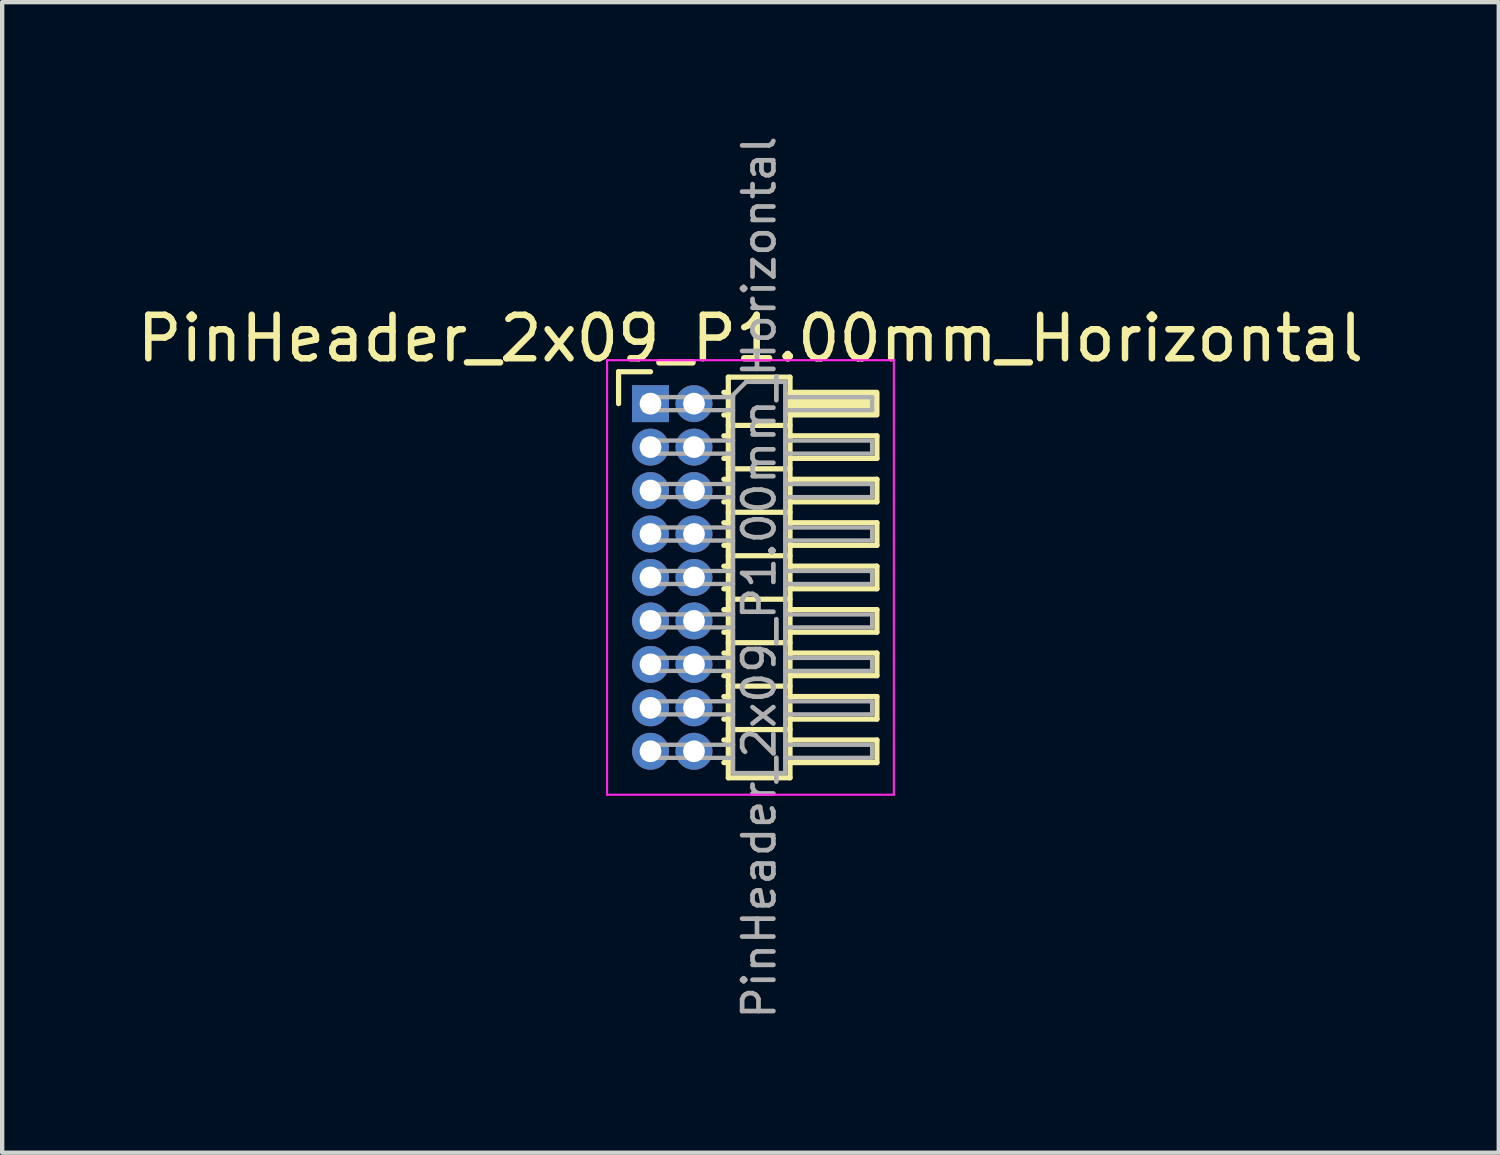
<source format=kicad_pcb>
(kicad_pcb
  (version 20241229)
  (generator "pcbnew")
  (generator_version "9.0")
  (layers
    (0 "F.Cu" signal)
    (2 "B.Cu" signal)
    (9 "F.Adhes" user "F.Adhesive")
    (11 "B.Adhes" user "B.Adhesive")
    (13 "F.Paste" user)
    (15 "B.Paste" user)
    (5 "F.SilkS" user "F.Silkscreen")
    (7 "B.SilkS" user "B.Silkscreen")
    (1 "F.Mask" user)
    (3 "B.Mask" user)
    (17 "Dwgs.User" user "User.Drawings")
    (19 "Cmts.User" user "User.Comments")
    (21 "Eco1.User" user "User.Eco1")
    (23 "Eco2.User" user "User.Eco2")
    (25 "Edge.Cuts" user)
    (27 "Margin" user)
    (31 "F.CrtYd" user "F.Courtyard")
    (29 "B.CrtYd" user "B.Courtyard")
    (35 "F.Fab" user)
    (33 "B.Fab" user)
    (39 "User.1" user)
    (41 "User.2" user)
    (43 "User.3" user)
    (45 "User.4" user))
  (footprint "PinHeader_2x09_P1.00mm_Horizontal"
    (layer "F.Cu")
    (at 11.92 6.239)
    (property "Reference" "PinHeader_2x09_P1.00mm_Horizontal" (at 2.3 -1.5 0) (layer "F.SilkS") (effects (font (size 1 1) (thickness 0.15))))
    (attr through_hole)
    (fp_line (start -0.735 -0.735) (end 0 -0.735) (stroke (width 0.12) (type solid)) (layer "F.SilkS"))
    (fp_line (start -0.735 0) (end -0.735 -0.735) (stroke (width 0.12) (type solid)) (layer "F.SilkS"))
    (fp_line (start 1.687 -0.26) (end 1.79 -0.26) (stroke (width 0.12) (type solid)) (layer "F.SilkS"))
    (fp_line (start 1.687 0.26) (end 1.79 0.26) (stroke (width 0.12) (type solid)) (layer "F.SilkS"))
    (fp_line (start 1.687 0.74) (end 1.79 0.74) (stroke (width 0.12) (type solid)) (layer "F.SilkS"))
    (fp_line (start 1.687 1.26) (end 1.79 1.26) (stroke (width 0.12) (type solid)) (layer "F.SilkS"))
    (fp_line (start 1.687 1.74) (end 1.79 1.74) (stroke (width 0.12) (type solid)) (layer "F.SilkS"))
    (fp_line (start 1.687 2.26) (end 1.79 2.26) (stroke (width 0.12) (type solid)) (layer "F.SilkS"))
    (fp_line (start 1.687 2.74) (end 1.79 2.74) (stroke (width 0.12) (type solid)) (layer "F.SilkS"))
    (fp_line (start 1.687 3.26) (end 1.79 3.26) (stroke (width 0.12) (type solid)) (layer "F.SilkS"))
    (fp_line (start 1.687 3.74) (end 1.79 3.74) (stroke (width 0.12) (type solid)) (layer "F.SilkS"))
    (fp_line (start 1.687 4.26) (end 1.79 4.26) (stroke (width 0.12) (type solid)) (layer "F.SilkS"))
    (fp_line (start 1.687 4.74) (end 1.79 4.74) (stroke (width 0.12) (type solid)) (layer "F.SilkS"))
    (fp_line (start 1.687 5.26) (end 1.79 5.26) (stroke (width 0.12) (type solid)) (layer "F.SilkS"))
    (fp_line (start 1.687 5.74) (end 1.79 5.74) (stroke (width 0.12) (type solid)) (layer "F.SilkS"))
    (fp_line (start 1.687 6.26) (end 1.79 6.26) (stroke (width 0.12) (type solid)) (layer "F.SilkS"))
    (fp_line (start 1.687 6.74) (end 1.79 6.74) (stroke (width 0.12) (type solid)) (layer "F.SilkS"))
    (fp_line (start 1.687 7.26) (end 1.79 7.26) (stroke (width 0.12) (type solid)) (layer "F.SilkS"))
    (fp_line (start 1.687 7.74) (end 1.79 7.74) (stroke (width 0.12) (type solid)) (layer "F.SilkS"))
    (fp_line (start 1.687 8.26) (end 1.79 8.26) (stroke (width 0.12) (type solid)) (layer "F.SilkS"))
    (fp_line (start 1.79 -0.61) (end 1.79 8.61) (stroke (width 0.12) (type solid)) (layer "F.SilkS"))
    (fp_line (start 1.79 0.5) (end 3.21 0.5) (stroke (width 0.12) (type solid)) (layer "F.SilkS"))
    (fp_line (start 1.79 1.5) (end 3.21 1.5) (stroke (width 0.12) (type solid)) (layer "F.SilkS"))
    (fp_line (start 1.79 2.5) (end 3.21 2.5) (stroke (width 0.12) (type solid)) (layer "F.SilkS"))
    (fp_line (start 1.79 3.5) (end 3.21 3.5) (stroke (width 0.12) (type solid)) (layer "F.SilkS"))
    (fp_line (start 1.79 4.5) (end 3.21 4.5) (stroke (width 0.12) (type solid)) (layer "F.SilkS"))
    (fp_line (start 1.79 5.5) (end 3.21 5.5) (stroke (width 0.12) (type solid)) (layer "F.SilkS"))
    (fp_line (start 1.79 6.5) (end 3.21 6.5) (stroke (width 0.12) (type solid)) (layer "F.SilkS"))
    (fp_line (start 1.79 7.5) (end 3.21 7.5) (stroke (width 0.12) (type solid)) (layer "F.SilkS"))
    (fp_line (start 1.79 8.61) (end 3.21 8.61) (stroke (width 0.12) (type solid)) (layer "F.SilkS"))
    (fp_line (start 3.21 -0.61) (end 1.79 -0.61) (stroke (width 0.12) (type solid)) (layer "F.SilkS"))
    (fp_line (start 3.21 0.74) (end 5.21 0.74) (stroke (width 0.12) (type solid)) (layer "F.SilkS"))
    (fp_line (start 3.21 1.74) (end 5.21 1.74) (stroke (width 0.12) (type solid)) (layer "F.SilkS"))
    (fp_line (start 3.21 2.74) (end 5.21 2.74) (stroke (width 0.12) (type solid)) (layer "F.SilkS"))
    (fp_line (start 3.21 3.74) (end 5.21 3.74) (stroke (width 0.12) (type solid)) (layer "F.SilkS"))
    (fp_line (start 3.21 4.74) (end 5.21 4.74) (stroke (width 0.12) (type solid)) (layer "F.SilkS"))
    (fp_line (start 3.21 5.74) (end 5.21 5.74) (stroke (width 0.12) (type solid)) (layer "F.SilkS"))
    (fp_line (start 3.21 6.74) (end 5.21 6.74) (stroke (width 0.12) (type solid)) (layer "F.SilkS"))
    (fp_line (start 3.21 7.74) (end 5.21 7.74) (stroke (width 0.12) (type solid)) (layer "F.SilkS"))
    (fp_line (start 3.21 8.61) (end 3.21 -0.61) (stroke (width 0.12) (type solid)) (layer "F.SilkS"))
    (fp_line (start 5.21 0.74) (end 5.21 1.26) (stroke (width 0.12) (type solid)) (layer "F.SilkS"))
    (fp_line (start 5.21 1.26) (end 3.21 1.26) (stroke (width 0.12) (type solid)) (layer "F.SilkS"))
    (fp_line (start 5.21 1.74) (end 5.21 2.26) (stroke (width 0.12) (type solid)) (layer "F.SilkS"))
    (fp_line (start 5.21 2.26) (end 3.21 2.26) (stroke (width 0.12) (type solid)) (layer "F.SilkS"))
    (fp_line (start 5.21 2.74) (end 5.21 3.26) (stroke (width 0.12) (type solid)) (layer "F.SilkS"))
    (fp_line (start 5.21 3.26) (end 3.21 3.26) (stroke (width 0.12) (type solid)) (layer "F.SilkS"))
    (fp_line (start 5.21 3.74) (end 5.21 4.26) (stroke (width 0.12) (type solid)) (layer "F.SilkS"))
    (fp_line (start 5.21 4.26) (end 3.21 4.26) (stroke (width 0.12) (type solid)) (layer "F.SilkS"))
    (fp_line (start 5.21 4.74) (end 5.21 5.26) (stroke (width 0.12) (type solid)) (layer "F.SilkS"))
    (fp_line (start 5.21 5.26) (end 3.21 5.26) (stroke (width 0.12) (type solid)) (layer "F.SilkS"))
    (fp_line (start 5.21 5.74) (end 5.21 6.26) (stroke (width 0.12) (type solid)) (layer "F.SilkS"))
    (fp_line (start 5.21 6.26) (end 3.21 6.26) (stroke (width 0.12) (type solid)) (layer "F.SilkS"))
    (fp_line (start 5.21 6.74) (end 5.21 7.26) (stroke (width 0.12) (type solid)) (layer "F.SilkS"))
    (fp_line (start 5.21 7.26) (end 3.21 7.26) (stroke (width 0.12) (type solid)) (layer "F.SilkS"))
    (fp_line (start 5.21 7.74) (end 5.21 8.26) (stroke (width 0.12) (type solid)) (layer "F.SilkS"))
    (fp_line (start 5.21 8.26) (end 3.21 8.26) (stroke (width 0.12) (type solid)) (layer "F.SilkS"))
    (fp_rect (start 3.21 -0.26) (end 5.21 0.26) (stroke (width 0.12) (type solid)) (fill yes) (layer "F.SilkS"))
    (fp_line (start -1 -1) (end -1 9) (stroke (width 0.05) (type solid)) (layer "F.CrtYd"))
    (fp_line (start -1 9) (end 5.6 9) (stroke (width 0.05) (type solid)) (layer "F.CrtYd"))
    (fp_line (start 5.6 -1) (end -1 -1) (stroke (width 0.05) (type solid)) (layer "F.CrtYd"))
    (fp_line (start 5.6 9) (end 5.6 -1) (stroke (width 0.05) (type solid)) (layer "F.CrtYd"))
    (fp_line (start -0.15 -0.15) (end -0.15 0.15) (stroke (width 0.1) (type solid)) (layer "F.Fab"))
    (fp_line (start -0.15 -0.15) (end 1.9 -0.15) (stroke (width 0.1) (type solid)) (layer "F.Fab"))
    (fp_line (start -0.15 0.15) (end 1.9 0.15) (stroke (width 0.1) (type solid)) (layer "F.Fab"))
    (fp_line (start -0.15 0.85) (end -0.15 1.15) (stroke (width 0.1) (type solid)) (layer "F.Fab"))
    (fp_line (start -0.15 0.85) (end 1.9 0.85) (stroke (width 0.1) (type solid)) (layer "F.Fab"))
    (fp_line (start -0.15 1.15) (end 1.9 1.15) (stroke (width 0.1) (type solid)) (layer "F.Fab"))
    (fp_line (start -0.15 1.85) (end -0.15 2.15) (stroke (width 0.1) (type solid)) (layer "F.Fab"))
    (fp_line (start -0.15 1.85) (end 1.9 1.85) (stroke (width 0.1) (type solid)) (layer "F.Fab"))
    (fp_line (start -0.15 2.15) (end 1.9 2.15) (stroke (width 0.1) (type solid)) (layer "F.Fab"))
    (fp_line (start -0.15 2.85) (end -0.15 3.15) (stroke (width 0.1) (type solid)) (layer "F.Fab"))
    (fp_line (start -0.15 2.85) (end 1.9 2.85) (stroke (width 0.1) (type solid)) (layer "F.Fab"))
    (fp_line (start -0.15 3.15) (end 1.9 3.15) (stroke (width 0.1) (type solid)) (layer "F.Fab"))
    (fp_line (start -0.15 3.85) (end -0.15 4.15) (stroke (width 0.1) (type solid)) (layer "F.Fab"))
    (fp_line (start -0.15 3.85) (end 1.9 3.85) (stroke (width 0.1) (type solid)) (layer "F.Fab"))
    (fp_line (start -0.15 4.15) (end 1.9 4.15) (stroke (width 0.1) (type solid)) (layer "F.Fab"))
    (fp_line (start -0.15 4.85) (end -0.15 5.15) (stroke (width 0.1) (type solid)) (layer "F.Fab"))
    (fp_line (start -0.15 4.85) (end 1.9 4.85) (stroke (width 0.1) (type solid)) (layer "F.Fab"))
    (fp_line (start -0.15 5.15) (end 1.9 5.15) (stroke (width 0.1) (type solid)) (layer "F.Fab"))
    (fp_line (start -0.15 5.85) (end -0.15 6.15) (stroke (width 0.1) (type solid)) (layer "F.Fab"))
    (fp_line (start -0.15 5.85) (end 1.9 5.85) (stroke (width 0.1) (type solid)) (layer "F.Fab"))
    (fp_line (start -0.15 6.15) (end 1.9 6.15) (stroke (width 0.1) (type solid)) (layer "F.Fab"))
    (fp_line (start -0.15 6.85) (end -0.15 7.15) (stroke (width 0.1) (type solid)) (layer "F.Fab"))
    (fp_line (start -0.15 6.85) (end 1.9 6.85) (stroke (width 0.1) (type solid)) (layer "F.Fab"))
    (fp_line (start -0.15 7.15) (end 1.9 7.15) (stroke (width 0.1) (type solid)) (layer "F.Fab"))
    (fp_line (start -0.15 7.85) (end -0.15 8.15) (stroke (width 0.1) (type solid)) (layer "F.Fab"))
    (fp_line (start -0.15 7.85) (end 1.9 7.85) (stroke (width 0.1) (type solid)) (layer "F.Fab"))
    (fp_line (start -0.15 8.15) (end 1.9 8.15) (stroke (width 0.1) (type solid)) (layer "F.Fab"))
    (fp_line (start 1.9 -0.2) (end 2.2 -0.5) (stroke (width 0.1) (type solid)) (layer "F.Fab"))
    (fp_line (start 1.9 8.5) (end 1.9 -0.2) (stroke (width 0.1) (type solid)) (layer "F.Fab"))
    (fp_line (start 2.2 -0.5) (end 3.1 -0.5) (stroke (width 0.1) (type solid)) (layer "F.Fab"))
    (fp_line (start 3.1 -0.5) (end 3.1 8.5) (stroke (width 0.1) (type solid)) (layer "F.Fab"))
    (fp_line (start 3.1 -0.15) (end 5.1 -0.15) (stroke (width 0.1) (type solid)) (layer "F.Fab"))
    (fp_line (start 3.1 0.15) (end 5.1 0.15) (stroke (width 0.1) (type solid)) (layer "F.Fab"))
    (fp_line (start 3.1 0.85) (end 5.1 0.85) (stroke (width 0.1) (type solid)) (layer "F.Fab"))
    (fp_line (start 3.1 1.15) (end 5.1 1.15) (stroke (width 0.1) (type solid)) (layer "F.Fab"))
    (fp_line (start 3.1 1.85) (end 5.1 1.85) (stroke (width 0.1) (type solid)) (layer "F.Fab"))
    (fp_line (start 3.1 2.15) (end 5.1 2.15) (stroke (width 0.1) (type solid)) (layer "F.Fab"))
    (fp_line (start 3.1 2.85) (end 5.1 2.85) (stroke (width 0.1) (type solid)) (layer "F.Fab"))
    (fp_line (start 3.1 3.15) (end 5.1 3.15) (stroke (width 0.1) (type solid)) (layer "F.Fab"))
    (fp_line (start 3.1 3.85) (end 5.1 3.85) (stroke (width 0.1) (type solid)) (layer "F.Fab"))
    (fp_line (start 3.1 4.15) (end 5.1 4.15) (stroke (width 0.1) (type solid)) (layer "F.Fab"))
    (fp_line (start 3.1 4.85) (end 5.1 4.85) (stroke (width 0.1) (type solid)) (layer "F.Fab"))
    (fp_line (start 3.1 5.15) (end 5.1 5.15) (stroke (width 0.1) (type solid)) (layer "F.Fab"))
    (fp_line (start 3.1 5.85) (end 5.1 5.85) (stroke (width 0.1) (type solid)) (layer "F.Fab"))
    (fp_line (start 3.1 6.15) (end 5.1 6.15) (stroke (width 0.1) (type solid)) (layer "F.Fab"))
    (fp_line (start 3.1 6.85) (end 5.1 6.85) (stroke (width 0.1) (type solid)) (layer "F.Fab"))
    (fp_line (start 3.1 7.15) (end 5.1 7.15) (stroke (width 0.1) (type solid)) (layer "F.Fab"))
    (fp_line (start 3.1 7.85) (end 5.1 7.85) (stroke (width 0.1) (type solid)) (layer "F.Fab"))
    (fp_line (start 3.1 8.15) (end 5.1 8.15) (stroke (width 0.1) (type solid)) (layer "F.Fab"))
    (fp_line (start 3.1 8.5) (end 1.9 8.5) (stroke (width 0.1) (type solid)) (layer "F.Fab"))
    (fp_line (start 5.1 -0.15) (end 5.1 0.15) (stroke (width 0.1) (type solid)) (layer "F.Fab"))
    (fp_line (start 5.1 0.85) (end 5.1 1.15) (stroke (width 0.1) (type solid)) (layer "F.Fab"))
    (fp_line (start 5.1 1.85) (end 5.1 2.15) (stroke (width 0.1) (type solid)) (layer "F.Fab"))
    (fp_line (start 5.1 2.85) (end 5.1 3.15) (stroke (width 0.1) (type solid)) (layer "F.Fab"))
    (fp_line (start 5.1 3.85) (end 5.1 4.15) (stroke (width 0.1) (type solid)) (layer "F.Fab"))
    (fp_line (start 5.1 4.85) (end 5.1 5.15) (stroke (width 0.1) (type solid)) (layer "F.Fab"))
    (fp_line (start 5.1 5.85) (end 5.1 6.15) (stroke (width 0.1) (type solid)) (layer "F.Fab"))
    (fp_line (start 5.1 6.85) (end 5.1 7.15) (stroke (width 0.1) (type solid)) (layer "F.Fab"))
    (fp_line (start 5.1 7.85) (end 5.1 8.15) (stroke (width 0.1) (type solid)) (layer "F.Fab"))
    (fp_text user "${REFERENCE}" (at 2.5 4 90) (layer "F.Fab") (effects (font (size 0.72 0.72) (thickness 0.108))))
    (pad "1" thru_hole rect (at 0 0) (size 0.85 0.85) (drill 0.5) (layers "*.Cu" "*.Mask"))
    (pad "2" thru_hole circle (at 1 0) (size 0.85 0.85) (drill 0.5) (layers "*.Cu" "*.Mask"))
    (pad "3" thru_hole circle (at 0 1) (size 0.85 0.85) (drill 0.5) (layers "*.Cu" "*.Mask"))
    (pad "4" thru_hole circle (at 1 1) (size 0.85 0.85) (drill 0.5) (layers "*.Cu" "*.Mask"))
    (pad "5" thru_hole circle (at 0 2) (size 0.85 0.85) (drill 0.5) (layers "*.Cu" "*.Mask"))
    (pad "6" thru_hole circle (at 1 2) (size 0.85 0.85) (drill 0.5) (layers "*.Cu" "*.Mask"))
    (pad "7" thru_hole circle (at 0 3) (size 0.85 0.85) (drill 0.5) (layers "*.Cu" "*.Mask"))
    (pad "8" thru_hole circle (at 1 3) (size 0.85 0.85) (drill 0.5) (layers "*.Cu" "*.Mask"))
    (pad "9" thru_hole circle (at 0 4) (size 0.85 0.85) (drill 0.5) (layers "*.Cu" "*.Mask"))
    (pad "10" thru_hole circle (at 1 4) (size 0.85 0.85) (drill 0.5) (layers "*.Cu" "*.Mask"))
    (pad "11" thru_hole circle (at 0 5) (size 0.85 0.85) (drill 0.5) (layers "*.Cu" "*.Mask"))
    (pad "12" thru_hole circle (at 1 5) (size 0.85 0.85) (drill 0.5) (layers "*.Cu" "*.Mask"))
    (pad "13" thru_hole circle (at 0 6) (size 0.85 0.85) (drill 0.5) (layers "*.Cu" "*.Mask"))
    (pad "14" thru_hole circle (at 1 6) (size 0.85 0.85) (drill 0.5) (layers "*.Cu" "*.Mask"))
    (pad "15" thru_hole circle (at 0 7) (size 0.85 0.85) (drill 0.5) (layers "*.Cu" "*.Mask"))
    (pad "16" thru_hole circle (at 1 7) (size 0.85 0.85) (drill 0.5) (layers "*.Cu" "*.Mask"))
    (pad "17" thru_hole circle (at 0 8) (size 0.85 0.85) (drill 0.5) (layers "*.Cu" "*.Mask"))
    (pad "18" thru_hole circle (at 1 8) (size 0.85 0.85) (drill 0.5) (layers "*.Cu" "*.Mask")))
  (gr_rect
    (start -3 -3)
    (end 31.44 23.477)
    (stroke (width 0.1) (type default))
    (fill no)
    (layer "Edge.Cuts")))
</source>
